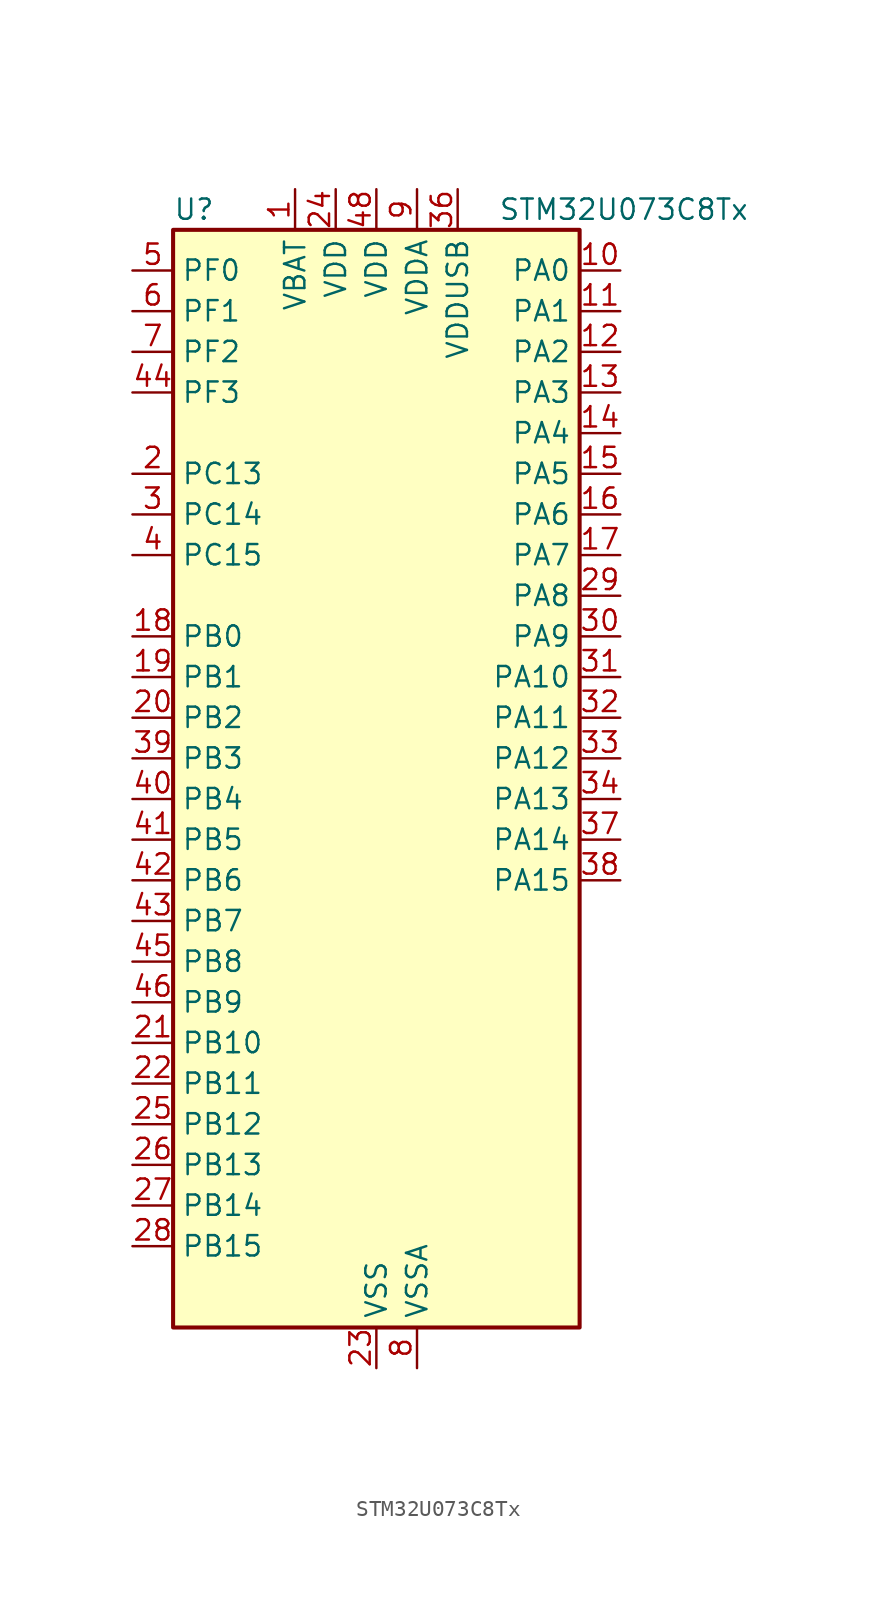
<source format=kicad_sym>
(kicad_symbol_lib
  (version 20231120)
  (generator "kicad_symbol_editor")
  (generator_version "8.99")
  (symbol "STM32U073C8Tx"
    (property "Reference" "U"
      (at -12.7 36.83 0)
      (effects (font (size 1.27 1.27)) (justify left)))
    (property "Value" "STM32U073C8Tx"
      (at 7.62 36.83 0)
      (effects (font (size 1.27 1.27)) (justify left)))
    (property "ki_locked" ""
      (at 0 0 0)
      (effects (font (size 1.27 1.27))))
    (symbol "STM32U073C8Tx_0_1"
      (rectangle (start -12.7 -33.02) (end 12.7 35.56) (stroke (width 0.254) (type default)) (fill (type background))))
    (symbol "STM32U073C8Tx_1_1"
      (pin power_in line (at -5.08 38.1 270) (length 2.54) (name "VBAT" (effects (font (size 1.27 1.27)))) (number "1" (effects (font (size 1.27 1.27)))))
      (pin bidirectional line (at 15.24 33.02 180) (length 2.54) (name "PA0" (effects (font (size 1.27 1.27)))) (number "10" (effects (font (size 1.27 1.27)))) (alternate "ADC1_IN4" bidirectional line) (alternate "COMP1_INM" bidirectional line) (alternate "COMP1_OUT" bidirectional line) (alternate "LCD_SEG42" bidirectional line) (alternate "OPAMP1_VINP" bidirectional line) (alternate "PWR_WKUP1" bidirectional line) (alternate "TAMP_IN2" bidirectional line) (alternate "TIM2_CH1" bidirectional line) (alternate "TIM2_ETR" bidirectional line) (alternate "USART2_CTS" bidirectional line) (alternate "USART4_TX" bidirectional line))
      (pin bidirectional line (at 15.24 30.48 180) (length 2.54) (name "PA1" (effects (font (size 1.27 1.27)))) (number "11" (effects (font (size 1.27 1.27)))) (alternate "ADC1_IN5" bidirectional line) (alternate "COMP1_INP" bidirectional line) (alternate "LCD_SEG0" bidirectional line) (alternate "LPTIM1_CH2" bidirectional line) (alternate "OPAMP1_VINM" bidirectional line) (alternate "PWR_WKUP3" bidirectional line) (alternate "SPI1_SCK" bidirectional line) (alternate "SPI2_SCK" bidirectional line) (alternate "TAMP_IN5" bidirectional line) (alternate "TIM15_CH1N" bidirectional line) (alternate "TIM2_CH2" bidirectional line) (alternate "USART2_DE" bidirectional line) (alternate "USART2_RTS" bidirectional line) (alternate "USART4_RX" bidirectional line))
      (pin bidirectional line (at 15.24 27.94 180) (length 2.54) (name "PA2" (effects (font (size 1.27 1.27)))) (number "12" (effects (font (size 1.27 1.27)))) (alternate "ADC1_IN6" bidirectional line) (alternate "COMP2_INM" bidirectional line) (alternate "COMP2_OUT" bidirectional line) (alternate "LCD_SEG1" bidirectional line) (alternate "LPUART1_TX" bidirectional line) (alternate "PWR_WKUP4" bidirectional line) (alternate "RCC_LSCO" bidirectional line) (alternate "TIM15_CH1" bidirectional line) (alternate "TIM2_CH3" bidirectional line) (alternate "USART2_TX" bidirectional line))
      (pin bidirectional line (at 15.24 25.4 180) (length 2.54) (name "PA3" (effects (font (size 1.27 1.27)))) (number "13" (effects (font (size 1.27 1.27)))) (alternate "ADC1_IN7" bidirectional line) (alternate "COMP2_INP" bidirectional line) (alternate "LCD_SEG2" bidirectional line) (alternate "LPUART1_RX" bidirectional line) (alternate "OPAMP1_VOUT" bidirectional line) (alternate "TIM15_CH2" bidirectional line) (alternate "TIM2_CH4" bidirectional line) (alternate "USART2_RX" bidirectional line))
      (pin bidirectional line (at 15.24 22.86 180) (length 2.54) (name "PA4" (effects (font (size 1.27 1.27)))) (number "14" (effects (font (size 1.27 1.27)))) (alternate "ADC1_IN8" bidirectional line) (alternate "COMP1_INM" bidirectional line) (alternate "COMP2_INM" bidirectional line) (alternate "DAC1_OUT1" bidirectional line) (alternate "LCD_SEG43" bidirectional line) (alternate "LPTIM2_CH1" bidirectional line) (alternate "LPUART3_TX" bidirectional line) (alternate "SPI1_NSS" bidirectional line) (alternate "SPI3_NSS" bidirectional line) (alternate "USART2_CK" bidirectional line))
      (pin bidirectional line (at 15.24 20.32 180) (length 2.54) (name "PA5" (effects (font (size 1.27 1.27)))) (number "15" (effects (font (size 1.27 1.27)))) (alternate "ADC1_IN9" bidirectional line) (alternate "COMP1_INM" bidirectional line) (alternate "COMP2_INM" bidirectional line) (alternate "LCD_SEG44" bidirectional line) (alternate "LPTIM2_ETR" bidirectional line) (alternate "LPUART3_RX" bidirectional line) (alternate "SPI1_SCK" bidirectional line) (alternate "TIM2_CH1" bidirectional line) (alternate "TIM2_ETR" bidirectional line) (alternate "USART3_TX" bidirectional line))
      (pin bidirectional line (at 15.24 17.78 180) (length 2.54) (name "PA6" (effects (font (size 1.27 1.27)))) (number "16" (effects (font (size 1.27 1.27)))) (alternate "ADC1_IN10" bidirectional line) (alternate "COMP1_OUT" bidirectional line) (alternate "I2C2_SDA" bidirectional line) (alternate "I2C3_SDA" bidirectional line) (alternate "LCD_SEG3" bidirectional line) (alternate "LPUART1_CTS" bidirectional line) (alternate "SPI1_MISO" bidirectional line) (alternate "TIM16_CH1" bidirectional line) (alternate "TIM1_BKIN" bidirectional line) (alternate "TIM3_CH1" bidirectional line) (alternate "TSC_G5_IO1" bidirectional line) (alternate "USART3_CTS" bidirectional line))
      (pin bidirectional line (at 15.24 15.24 180) (length 2.54) (name "PA7" (effects (font (size 1.27 1.27)))) (number "17" (effects (font (size 1.27 1.27)))) (alternate "ADC1_IN14" bidirectional line) (alternate "COMP2_OUT" bidirectional line) (alternate "I2C2_SCL" bidirectional line) (alternate "I2C3_SCL" bidirectional line) (alternate "LCD_SEG4" bidirectional line) (alternate "LPTIM2_CH2" bidirectional line) (alternate "SPI1_MOSI" bidirectional line) (alternate "TIM1_CH1N" bidirectional line) (alternate "TIM3_CH2" bidirectional line) (alternate "USART3_RX" bidirectional line))
      (pin bidirectional line (at -15.24 10.16 0) (length 2.54) (name "PB0" (effects (font (size 1.27 1.27)))) (number "18" (effects (font (size 1.27 1.27)))) (alternate "ADC1_IN17" bidirectional line) (alternate "COMP1_OUT" bidirectional line) (alternate "LCD_SEG5" bidirectional line) (alternate "LPTIM3_CH1" bidirectional line) (alternate "LPUART2_CTS" bidirectional line) (alternate "SPI1_NSS" bidirectional line) (alternate "TIM1_CH2N" bidirectional line) (alternate "TIM3_CH3" bidirectional line) (alternate "TSC_G5_IO2" bidirectional line) (alternate "USART3_CK" bidirectional line))
      (pin bidirectional line (at -15.24 7.62 0) (length 2.54) (name "PB1" (effects (font (size 1.27 1.27)))) (number "19" (effects (font (size 1.27 1.27)))) (alternate "ADC1_IN18" bidirectional line) (alternate "COMP1_INM" bidirectional line) (alternate "LCD_SEG6" bidirectional line) (alternate "LPTIM2_IN1" bidirectional line) (alternate "LPTIM3_CH2" bidirectional line) (alternate "LPUART1_DE" bidirectional line) (alternate "LPUART1_RTS" bidirectional line) (alternate "LPUART2_DE" bidirectional line) (alternate "LPUART2_RTS" bidirectional line) (alternate "TIM1_CH3N" bidirectional line) (alternate "TIM3_CH4" bidirectional line) (alternate "TSC_SYNC" bidirectional line) (alternate "USART3_DE" bidirectional line) (alternate "USART3_RTS" bidirectional line))
      (pin bidirectional line (at -15.24 20.32 0) (length 2.54) (name "PC13" (effects (font (size 1.27 1.27)))) (number "2" (effects (font (size 1.27 1.27)))) (alternate "LPTIM1_CH3" bidirectional line) (alternate "LPTIM3_CH3" bidirectional line) (alternate "PWR_WKUP2" bidirectional line) (alternate "RTC_OUT1" bidirectional line) (alternate "RTC_TS" bidirectional line) (alternate "TAMP_IN1" bidirectional line))
      (pin bidirectional line (at -15.24 5.08 0) (length 2.54) (name "PB2" (effects (font (size 1.27 1.27)))) (number "20" (effects (font (size 1.27 1.27)))) (alternate "COMP1_INP" bidirectional line) (alternate "LPTIM1_CH1" bidirectional line) (alternate "RTC_OUT2" bidirectional line))
      (pin bidirectional line (at -15.24 -15.24 0) (length 2.54) (name "PB10" (effects (font (size 1.27 1.27)))) (number "21" (effects (font (size 1.27 1.27)))) (alternate "COMP1_OUT" bidirectional line) (alternate "I2C2_SCL" bidirectional line) (alternate "I2C4_SCL" bidirectional line) (alternate "LCD_SEG10" bidirectional line) (alternate "LPTIM3_CH1" bidirectional line) (alternate "LPUART1_RX" bidirectional line) (alternate "LPUART2_RX" bidirectional line) (alternate "SPI2_SCK" bidirectional line) (alternate "TIM2_CH3" bidirectional line) (alternate "TSC_G5_IO3" bidirectional line) (alternate "USART3_TX" bidirectional line))
      (pin bidirectional line (at -15.24 -17.78 0) (length 2.54) (name "PB11" (effects (font (size 1.27 1.27)))) (number "22" (effects (font (size 1.27 1.27)))) (alternate "ADC1_EXTI11" bidirectional line) (alternate "COMP2_OUT" bidirectional line) (alternate "I2C2_SDA" bidirectional line) (alternate "I2C4_SDA" bidirectional line) (alternate "LCD_SEG11" bidirectional line) (alternate "LPUART1_TX" bidirectional line) (alternate "LPUART2_TX" bidirectional line) (alternate "TIM2_CH4" bidirectional line) (alternate "TSC_G5_IO4" bidirectional line) (alternate "USART3_RX" bidirectional line))
      (pin power_in line (at 0 -35.56 90) (length 2.54) (name "VSS" (effects (font (size 1.27 1.27)))) (number "23" (effects (font (size 1.27 1.27)))))
      (pin power_in line (at -2.54 38.1 270) (length 2.54) (name "VDD" (effects (font (size 1.27 1.27)))) (number "24" (effects (font (size 1.27 1.27)))))
      (pin bidirectional line (at -15.24 -20.32 0) (length 2.54) (name "PB12" (effects (font (size 1.27 1.27)))) (number "25" (effects (font (size 1.27 1.27)))) (alternate "LCD_SEG12" bidirectional line) (alternate "LPUART1_DE" bidirectional line) (alternate "LPUART1_RTS" bidirectional line) (alternate "SPI2_NSS" bidirectional line) (alternate "TIM15_BKIN" bidirectional line) (alternate "TIM1_BKIN" bidirectional line) (alternate "TSC_G1_IO1" bidirectional line) (alternate "USART3_CK" bidirectional line))
      (pin bidirectional line (at -15.24 -22.86 0) (length 2.54) (name "PB13" (effects (font (size 1.27 1.27)))) (number "26" (effects (font (size 1.27 1.27)))) (alternate "I2C2_SCL" bidirectional line) (alternate "LCD_SEG13" bidirectional line) (alternate "LPTIM3_IN1" bidirectional line) (alternate "LPUART1_CTS" bidirectional line) (alternate "SPI2_SCK" bidirectional line) (alternate "TIM15_CH1N" bidirectional line) (alternate "TIM1_CH1N" bidirectional line) (alternate "TSC_G1_IO2" bidirectional line) (alternate "USART3_CTS" bidirectional line))
      (pin bidirectional line (at -15.24 -25.4 0) (length 2.54) (name "PB14" (effects (font (size 1.27 1.27)))) (number "27" (effects (font (size 1.27 1.27)))) (alternate "I2C2_SDA" bidirectional line) (alternate "LCD_SEG14" bidirectional line) (alternate "LPTIM3_ETR" bidirectional line) (alternate "SPI2_MISO" bidirectional line) (alternate "TIM15_CH1" bidirectional line) (alternate "TIM1_CH2N" bidirectional line) (alternate "TSC_G1_IO3" bidirectional line) (alternate "USART3_DE" bidirectional line) (alternate "USART3_RTS" bidirectional line))
      (pin bidirectional line (at -15.24 -27.94 0) (length 2.54) (name "PB15" (effects (font (size 1.27 1.27)))) (number "28" (effects (font (size 1.27 1.27)))) (alternate "LCD_SEG15" bidirectional line) (alternate "PWR_WKUP7" bidirectional line) (alternate "RTC_REFIN" bidirectional line) (alternate "SPI2_MOSI" bidirectional line) (alternate "TAMP_IN3" bidirectional line) (alternate "TIM15_CH2" bidirectional line) (alternate "TIM1_CH3N" bidirectional line) (alternate "TSC_G1_IO4" bidirectional line))
      (pin bidirectional line (at 15.24 12.7 180) (length 2.54) (name "PA8" (effects (font (size 1.27 1.27)))) (number "29" (effects (font (size 1.27 1.27)))) (alternate "LCD_COM0" bidirectional line) (alternate "LPTIM2_CH1" bidirectional line) (alternate "RCC_MCO" bidirectional line) (alternate "RCC_MCO2" bidirectional line) (alternate "TIM1_CH1" bidirectional line) (alternate "TSC_G7_IO1" bidirectional line) (alternate "USART1_CK" bidirectional line))
      (pin bidirectional line (at -15.24 17.78 0) (length 2.54) (name "PC14" (effects (font (size 1.27 1.27)))) (number "3" (effects (font (size 1.27 1.27)))) (alternate "RCC_OSC32_IN" bidirectional line))
      (pin bidirectional line (at 15.24 10.16 180) (length 2.54) (name "PA9" (effects (font (size 1.27 1.27)))) (number "30" (effects (font (size 1.27 1.27)))) (alternate "COMP1_INP" bidirectional line) (alternate "DAC1_EXTI9" bidirectional line) (alternate "I2C1_SCL" bidirectional line) (alternate "I2C2_SCL" bidirectional line) (alternate "LCD_COM1" bidirectional line) (alternate "RCC_MCO" bidirectional line) (alternate "TIM15_BKIN" bidirectional line) (alternate "TIM1_CH2" bidirectional line) (alternate "TSC_G7_IO2" bidirectional line) (alternate "USART1_TX" bidirectional line))
      (pin bidirectional line (at 15.24 7.62 180) (length 2.54) (name "PA10" (effects (font (size 1.27 1.27)))) (number "31" (effects (font (size 1.27 1.27)))) (alternate "CRS_SYNC" bidirectional line) (alternate "I2C1_SDA" bidirectional line) (alternate "I2C2_SDA" bidirectional line) (alternate "LCD_COM2" bidirectional line) (alternate "RCC_MCO2" bidirectional line) (alternate "SPI2_NSS" bidirectional line) (alternate "TIM1_CH3" bidirectional line) (alternate "TSC_G7_IO3" bidirectional line) (alternate "USART1_RX" bidirectional line))
      (pin bidirectional line (at 15.24 5.08 180) (length 2.54) (name "PA11" (effects (font (size 1.27 1.27)))) (number "32" (effects (font (size 1.27 1.27)))) (alternate "ADC1_EXTI11" bidirectional line) (alternate "COMP1_OUT" bidirectional line) (alternate "SPI1_MISO" bidirectional line) (alternate "SPI2_MISO" bidirectional line) (alternate "TIM1_BKIN2" bidirectional line) (alternate "TIM1_CH4" bidirectional line) (alternate "USART1_CTS" bidirectional line) (alternate "USB_DM" bidirectional line))
      (pin bidirectional line (at 15.24 2.54 180) (length 2.54) (name "PA12" (effects (font (size 1.27 1.27)))) (number "33" (effects (font (size 1.27 1.27)))) (alternate "SPI1_MOSI" bidirectional line) (alternate "SPI2_MOSI" bidirectional line) (alternate "TIM1_ETR" bidirectional line) (alternate "USART1_DE" bidirectional line) (alternate "USART1_RTS" bidirectional line) (alternate "USB_DP" bidirectional line))
      (pin bidirectional line (at 15.24 0 180) (length 2.54) (name "PA13" (effects (font (size 1.27 1.27)))) (number "34" (effects (font (size 1.27 1.27)))) (alternate "DEBUG_JTMS-SWDIO" bidirectional line) (alternate "IR_OUT" bidirectional line) (alternate "LCD_SEG40" bidirectional line) (alternate "TSC_G7_IO4" bidirectional line) (alternate "USB_NOE" bidirectional line))
      (pin passive line (at 0 -35.56 90) (length 2.54) hide (name "VSS" (effects (font (size 1.27 1.27)))) (number "35" (effects (font (size 1.27 1.27)))))
      (pin power_in line (at 5.08 38.1 270) (length 2.54) (name "VDDUSB" (effects (font (size 1.27 1.27)))) (number "36" (effects (font (size 1.27 1.27)))))
      (pin bidirectional line (at 15.24 -2.54 180) (length 2.54) (name "PA14" (effects (font (size 1.27 1.27)))) (number "37" (effects (font (size 1.27 1.27)))) (alternate "DEBUG_JTCK-SWCLK" bidirectional line) (alternate "LCD_SEG41" bidirectional line) (alternate "LPTIM1_CH1" bidirectional line) (alternate "TSC_G3_IO4" bidirectional line))
      (pin bidirectional line (at 15.24 -5.08 180) (length 2.54) (name "PA15" (effects (font (size 1.27 1.27)))) (number "38" (effects (font (size 1.27 1.27)))) (alternate "DEBUG_JTDI" bidirectional line) (alternate "LCD_SEG17" bidirectional line) (alternate "LPTIM3_CH3" bidirectional line) (alternate "LPTIM3_IN2" bidirectional line) (alternate "SPI1_NSS" bidirectional line) (alternate "SPI3_NSS" bidirectional line) (alternate "TIM2_CH1" bidirectional line) (alternate "TIM2_ETR" bidirectional line) (alternate "TSC_G3_IO1" bidirectional line) (alternate "USART2_RX" bidirectional line) (alternate "USART3_DE" bidirectional line) (alternate "USART3_RTS" bidirectional line) (alternate "USART4_DE" bidirectional line) (alternate "USART4_RTS" bidirectional line))
      (pin bidirectional line (at -15.24 2.54 0) (length 2.54) (name "PB3" (effects (font (size 1.27 1.27)))) (number "39" (effects (font (size 1.27 1.27)))) (alternate "COMP2_INM" bidirectional line) (alternate "DEBUG_JTDO-SWO" bidirectional line) (alternate "I2C2_SCL" bidirectional line) (alternate "I2C3_SCL" bidirectional line) (alternate "LCD_SEG7" bidirectional line) (alternate "LPTIM1_CH3" bidirectional line) (alternate "SPI1_SCK" bidirectional line) (alternate "SPI3_SCK" bidirectional line) (alternate "TIM2_CH2" bidirectional line) (alternate "USART1_DE" bidirectional line) (alternate "USART1_RTS" bidirectional line))
      (pin bidirectional line (at -15.24 15.24 0) (length 2.54) (name "PC15" (effects (font (size 1.27 1.27)))) (number "4" (effects (font (size 1.27 1.27)))) (alternate "RCC_OSC32_EN" bidirectional line) (alternate "RCC_OSC32_OUT" bidirectional line) (alternate "RCC_OSC_EN" bidirectional line))
      (pin bidirectional line (at -15.24 0 0) (length 2.54) (name "PB4" (effects (font (size 1.27 1.27)))) (number "40" (effects (font (size 1.27 1.27)))) (alternate "COMP2_INP" bidirectional line) (alternate "I2C2_SDA" bidirectional line) (alternate "I2C3_SDA" bidirectional line) (alternate "LCD_SEG8" bidirectional line) (alternate "LPTIM1_CH4" bidirectional line) (alternate "LPUART3_DE" bidirectional line) (alternate "LPUART3_RTS" bidirectional line) (alternate "SPI1_MISO" bidirectional line) (alternate "SPI3_MISO" bidirectional line) (alternate "TIM3_CH1" bidirectional line) (alternate "TSC_G2_IO1" bidirectional line) (alternate "USART1_CTS" bidirectional line))
      (pin bidirectional line (at -15.24 -2.54 0) (length 2.54) (name "PB5" (effects (font (size 1.27 1.27)))) (number "41" (effects (font (size 1.27 1.27)))) (alternate "COMP2_OUT" bidirectional line) (alternate "LCD_SEG9" bidirectional line) (alternate "LPTIM1_IN1" bidirectional line) (alternate "LPUART3_CTS" bidirectional line) (alternate "SPI1_MOSI" bidirectional line) (alternate "SPI3_MOSI" bidirectional line) (alternate "TIM16_BKIN" bidirectional line) (alternate "TIM3_CH2" bidirectional line) (alternate "TSC_G2_IO2" bidirectional line) (alternate "USART1_CK" bidirectional line))
      (pin bidirectional line (at -15.24 -5.08 0) (length 2.54) (name "PB6" (effects (font (size 1.27 1.27)))) (number "42" (effects (font (size 1.27 1.27)))) (alternate "COMP2_INP" bidirectional line) (alternate "I2C1_SCL" bidirectional line) (alternate "I2C2_SCL" bidirectional line) (alternate "I2C4_SCL" bidirectional line) (alternate "LPTIM1_ETR" bidirectional line) (alternate "LPUART2_TX" bidirectional line) (alternate "LPUART3_TX" bidirectional line) (alternate "TIM16_CH1N" bidirectional line) (alternate "TSC_G2_IO3" bidirectional line) (alternate "USART1_TX" bidirectional line))
      (pin bidirectional line (at -15.24 -7.62 0) (length 2.54) (name "PB7" (effects (font (size 1.27 1.27)))) (number "43" (effects (font (size 1.27 1.27)))) (alternate "COMP2_INM" bidirectional line) (alternate "I2C1_SDA" bidirectional line) (alternate "I2C2_SDA" bidirectional line) (alternate "I2C4_SDA" bidirectional line) (alternate "LCD_SEG21" bidirectional line) (alternate "LPTIM1_IN2" bidirectional line) (alternate "LPUART2_RX" bidirectional line) (alternate "LPUART3_RX" bidirectional line) (alternate "PWR_PVD_IN" bidirectional line) (alternate "TSC_G2_IO4" bidirectional line) (alternate "USART1_RX" bidirectional line) (alternate "USART4_CTS" bidirectional line))
      (pin bidirectional line (at -15.24 25.4 0) (length 2.54) (name "PF3" (effects (font (size 1.27 1.27)))) (number "44" (effects (font (size 1.27 1.27)))))
      (pin bidirectional line (at -15.24 -10.16 0) (length 2.54) (name "PB8" (effects (font (size 1.27 1.27)))) (number "45" (effects (font (size 1.27 1.27)))) (alternate "I2C1_SCL" bidirectional line) (alternate "I2C2_SCL" bidirectional line) (alternate "LCD_SEG16" bidirectional line) (alternate "LPTIM1_IN2" bidirectional line) (alternate "LPTIM3_IN2" bidirectional line) (alternate "TIM16_CH1" bidirectional line) (alternate "USART3_TX" bidirectional line))
      (pin bidirectional line (at -15.24 -12.7 0) (length 2.54) (name "PB9" (effects (font (size 1.27 1.27)))) (number "46" (effects (font (size 1.27 1.27)))) (alternate "DAC1_EXTI9" bidirectional line) (alternate "I2C1_SDA" bidirectional line) (alternate "I2C2_SDA" bidirectional line) (alternate "IR_OUT" bidirectional line) (alternate "LCD_COM3" bidirectional line) (alternate "LPTIM1_CH4" bidirectional line) (alternate "LPTIM3_CH4" bidirectional line) (alternate "SPI2_NSS" bidirectional line) (alternate "USART3_RX" bidirectional line))
      (pin passive line (at 0 -35.56 90) (length 2.54) hide (name "VSS" (effects (font (size 1.27 1.27)))) (number "47" (effects (font (size 1.27 1.27)))))
      (pin power_in line (at 0 38.1 270) (length 2.54) (name "VDD" (effects (font (size 1.27 1.27)))) (number "48" (effects (font (size 1.27 1.27)))))
      (pin bidirectional line (at -15.24 33.02 0) (length 2.54) (name "PF0" (effects (font (size 1.27 1.27)))) (number "5" (effects (font (size 1.27 1.27)))) (alternate "RCC_OSC_IN" bidirectional line))
      (pin bidirectional line (at -15.24 30.48 0) (length 2.54) (name "PF1" (effects (font (size 1.27 1.27)))) (number "6" (effects (font (size 1.27 1.27)))) (alternate "RCC_OSC_EN" bidirectional line) (alternate "RCC_OSC_OUT" bidirectional line))
      (pin bidirectional line (at -15.24 27.94 0) (length 2.54) (name "PF2" (effects (font (size 1.27 1.27)))) (number "7" (effects (font (size 1.27 1.27)))) (alternate "RCC_MCO" bidirectional line))
      (pin power_in line (at 2.54 -35.56 90) (length 2.54) (name "VSSA" (effects (font (size 1.27 1.27)))) (number "8" (effects (font (size 1.27 1.27)))))
      (pin power_in line (at 2.54 38.1 270) (length 2.54) (name "VDDA" (effects (font (size 1.27 1.27)))) (number "9" (effects (font (size 1.27 1.27))))))))
</source>
